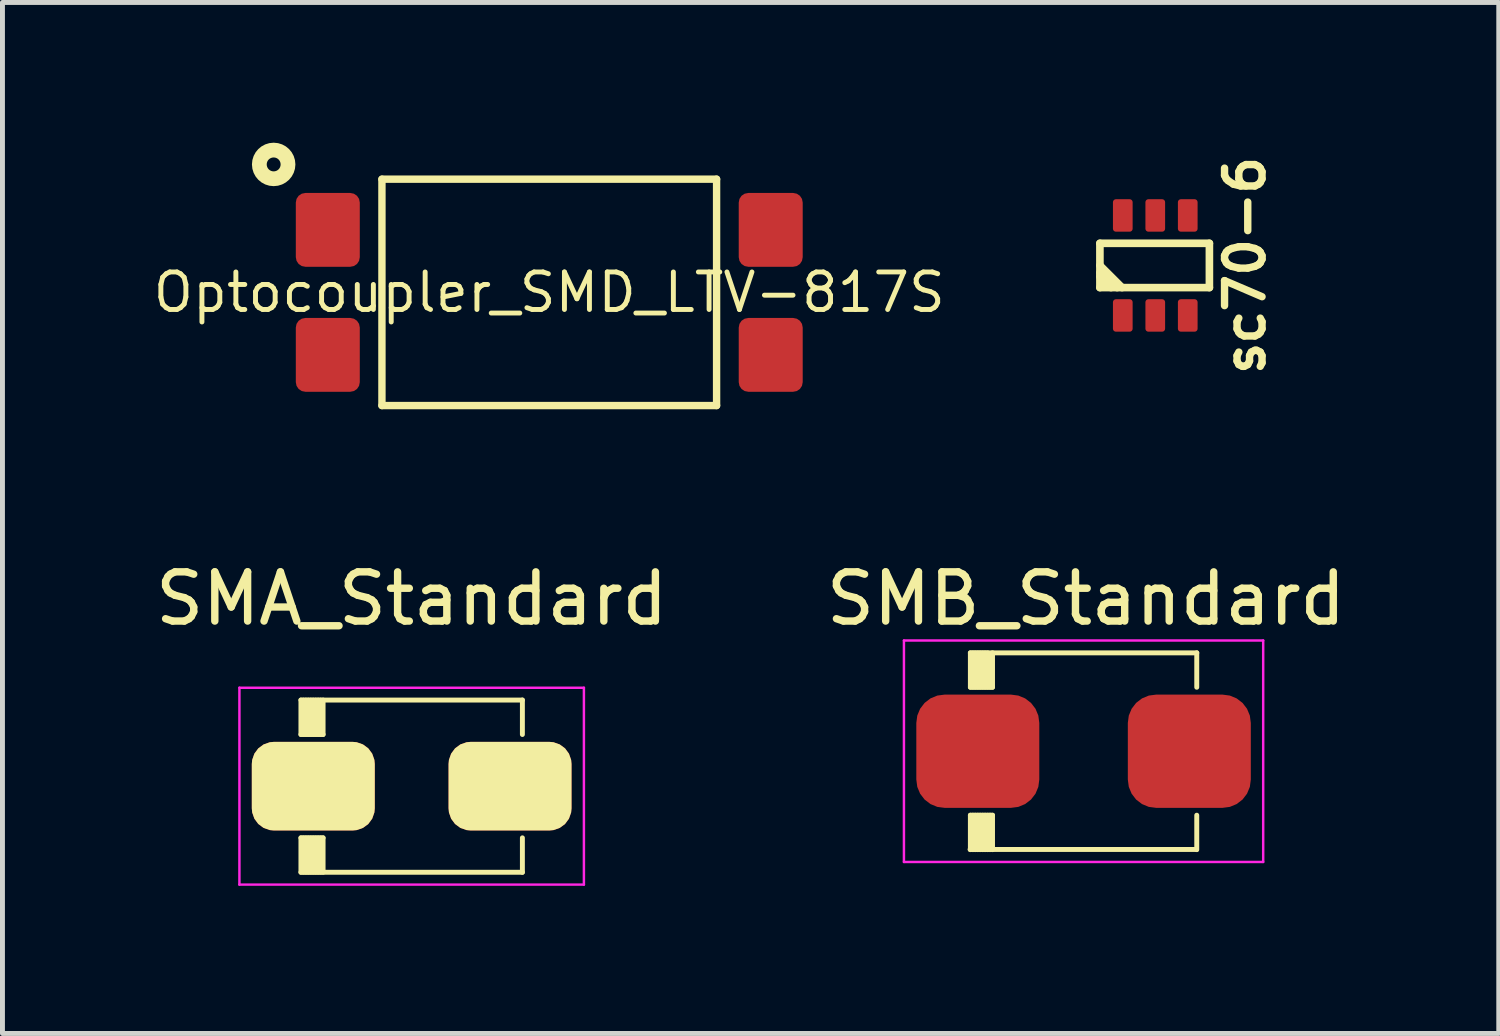
<source format=kicad_pcb>
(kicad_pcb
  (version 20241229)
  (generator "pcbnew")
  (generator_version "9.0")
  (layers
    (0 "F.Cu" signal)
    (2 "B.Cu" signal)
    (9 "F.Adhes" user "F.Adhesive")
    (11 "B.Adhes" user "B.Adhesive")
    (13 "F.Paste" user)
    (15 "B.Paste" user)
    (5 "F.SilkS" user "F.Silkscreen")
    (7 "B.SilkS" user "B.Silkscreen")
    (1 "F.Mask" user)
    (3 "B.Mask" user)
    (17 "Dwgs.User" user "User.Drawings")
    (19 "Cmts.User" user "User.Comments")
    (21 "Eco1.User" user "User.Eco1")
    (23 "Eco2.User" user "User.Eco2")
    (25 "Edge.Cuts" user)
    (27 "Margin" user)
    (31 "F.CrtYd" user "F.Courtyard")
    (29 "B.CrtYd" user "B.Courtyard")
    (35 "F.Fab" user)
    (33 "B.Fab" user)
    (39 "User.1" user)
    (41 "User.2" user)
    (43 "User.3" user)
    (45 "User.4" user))
  (footprint "Optocoupler_SMD_LTV-817S"
    (layer "F.Cu")
    (at 8.111 2.891)
    (property "Reference" "Optocoupler_SMD_LTV-817S" (at 0 0 0) (layer "F.SilkS") (effects (font (size 0.762 0.762) (thickness 0.1))))
    (attr smd)
    (fp_line (start -3.4 2.3) (end -3.4 -2.3) (stroke (width 0.15) (type solid)) (layer "F.SilkS"))
    (fp_line (start 3.4 -2.3) (end -3.4 -2.3) (stroke (width 0.15) (type solid)) (layer "F.SilkS"))
    (fp_line (start 3.4 -2.3) (end 3.4 2.3) (stroke (width 0.15) (type solid)) (layer "F.SilkS"))
    (fp_line (start 3.4 2.3) (end -3.4 2.3) (stroke (width 0.15) (type solid)) (layer "F.SilkS"))
    (fp_circle (center -5.6 -2.6) (end -5.5 -2.5) (stroke (width 0.3) (type solid)) (fill no) (layer "F.SilkS"))
    (pad "1" smd roundrect (at -4.5 -1.27) (size 1.3 1.5) (layers "F.Cu" "F.Mask" "F.Paste") (roundrect_rratio 0.15))
    (pad "2" smd roundrect (at -4.5 1.27) (size 1.3 1.5) (layers "F.Cu" "F.Mask" "F.Paste") (roundrect_rratio 0.15))
    (pad "3" smd roundrect (at 4.5 1.27) (size 1.3 1.5) (layers "F.Cu" "F.Mask" "F.Paste") (roundrect_rratio 0.15))
    (pad "4" smd roundrect (at 4.5 -1.27) (size 1.3 1.5) (layers "F.Cu" "F.Mask" "F.Paste") (roundrect_rratio 0.15)))
  (footprint "SMB_Standard"
    (layer "F.Cu")
    (at 18.968 12.215)
    (property "Reference" "SMB_Standard" (at 0.05 -3.1 0) (layer "F.SilkS") (effects (font (size 1 1) (thickness 0.15))))
    (attr smd)
    (fp_line (start -2.306 1.996) (end 2.296 1.996) (stroke (width 0.1) (type solid)) (layer "F.SilkS"))
    (fp_line (start -2.301 -1.999) (end 2.301 -1.999) (stroke (width 0.1) (type solid)) (layer "F.SilkS"))
    (fp_line (start -2.3 -2) (end -2.3 -1.3) (stroke (width 0.1) (type solid)) (layer "F.SilkS"))
    (fp_line (start -2.3 1.3) (end -1.85 1.3) (stroke (width 0.1) (type solid)) (layer "F.SilkS"))
    (fp_line (start -2.3 2) (end -2.3 1.3) (stroke (width 0.1) (type solid)) (layer "F.SilkS"))
    (fp_line (start -2.25 -2) (end -2.25 -1.3) (stroke (width 0.1) (type solid)) (layer "F.SilkS"))
    (fp_line (start -2.25 1.3) (end -2.25 2) (stroke (width 0.1) (type solid)) (layer "F.SilkS"))
    (fp_line (start -2.2 -2) (end -2.2 -1.3) (stroke (width 0.1) (type solid)) (layer "F.SilkS"))
    (fp_line (start -2.2 1.3) (end -2.2 2) (stroke (width 0.1) (type solid)) (layer "F.SilkS"))
    (fp_line (start -2.15 -2) (end -2.15 -1.3) (stroke (width 0.1) (type solid)) (layer "F.SilkS"))
    (fp_line (start -2.15 1.3) (end -2.15 2) (stroke (width 0.1) (type solid)) (layer "F.SilkS"))
    (fp_line (start -2.1 -2) (end -2.1 -1.3) (stroke (width 0.1) (type solid)) (layer "F.SilkS"))
    (fp_line (start -2.1 1.3) (end -2.1 2) (stroke (width 0.1) (type solid)) (layer "F.SilkS"))
    (fp_line (start -2.05 -2) (end -2.05 -1.3) (stroke (width 0.1) (type solid)) (layer "F.SilkS"))
    (fp_line (start -2.05 1.3) (end -2.05 2) (stroke (width 0.1) (type solid)) (layer "F.SilkS"))
    (fp_line (start -2 -2) (end -2 -1.3) (stroke (width 0.1) (type solid)) (layer "F.SilkS"))
    (fp_line (start -2 1.3) (end -2 2) (stroke (width 0.1) (type solid)) (layer "F.SilkS"))
    (fp_line (start -1.95 -2) (end -1.95 -1.3) (stroke (width 0.1) (type solid)) (layer "F.SilkS"))
    (fp_line (start -1.95 1.3) (end -1.95 2) (stroke (width 0.1) (type solid)) (layer "F.SilkS"))
    (fp_line (start -1.9 -1.95) (end -1.9 -1.3) (stroke (width 0.1) (type solid)) (layer "F.SilkS"))
    (fp_line (start -1.9 1.3) (end -1.9 2) (stroke (width 0.1) (type solid)) (layer "F.SilkS"))
    (fp_line (start -1.85 -2) (end -1.85 -1.3) (stroke (width 0.1) (type solid)) (layer "F.SilkS"))
    (fp_line (start -1.85 -1.3) (end -2.3 -1.3) (stroke (width 0.1) (type solid)) (layer "F.SilkS"))
    (fp_line (start -1.85 1.3) (end -1.85 2) (stroke (width 0.1) (type solid)) (layer "F.SilkS"))
    (fp_line (start 2.3 -2) (end 2.3 -1.3) (stroke (width 0.1) (type solid)) (layer "F.SilkS"))
    (fp_line (start 2.3 2) (end 2.3 1.3) (stroke (width 0.1) (type solid)) (layer "F.SilkS"))
    (fp_line (start -3.65 -2.25) (end 3.65 -2.25) (stroke (width 0.05) (type solid)) (layer "F.CrtYd"))
    (fp_line (start -3.65 2.25) (end -3.65 -2.25) (stroke (width 0.05) (type solid)) (layer "F.CrtYd"))
    (fp_line (start 3.65 -2.25) (end 3.65 2.25) (stroke (width 0.05) (type solid)) (layer "F.CrtYd"))
    (fp_line (start 3.65 2.25) (end -3.65 2.25) (stroke (width 0.05) (type solid)) (layer "F.CrtYd"))
    (pad "1" smd roundrect (at -2.149 0) (size 2.499 2.301) (layers "F.Cu" "F.Mask" "F.Paste") (roundrect_rratio 0.25))
    (pad "2" smd roundrect (at 2.149 0) (size 2.499 2.301) (layers "F.Cu" "F.Mask" "F.Paste") (roundrect_rratio 0.25)))
  (footprint "SMA_Standard"
    (layer "F.Cu")
    (at 5.315 12.925)
    (property "Reference" "SMA_Standard" (at 0 -3.81 0) (layer "F.SilkS") (effects (font (size 1 1) (thickness 0.15))))
    (attr smd)
    (fp_line (start -2.25 -1.75) (end 2.25 -1.75) (stroke (width 0.1) (type solid)) (layer "F.SilkS"))
    (fp_line (start -2.25 1.75) (end 2.25 1.75) (stroke (width 0.1) (type solid)) (layer "F.SilkS"))
    (fp_line (start -2.25 -1.75) (end -2.25 -1.05) (stroke (width 0.1) (type solid)) (layer "F.SilkS"))
    (fp_line (start -2.25 -1.05) (end -1.8 -1.05) (stroke (width 0.1) (type solid)) (layer "F.SilkS"))
    (fp_line (start -2.25 1.05) (end -1.8 1.05) (stroke (width 0.1) (type solid)) (layer "F.SilkS"))
    (fp_line (start -2.25 1.75) (end -2.25 1.05) (stroke (width 0.1) (type solid)) (layer "F.SilkS"))
    (fp_line (start -2.2 -1.75) (end -2.2 -1.05) (stroke (width 0.1) (type solid)) (layer "F.SilkS"))
    (fp_line (start -2.2 1.75) (end -2.2 1.05) (stroke (width 0.1) (type solid)) (layer "F.SilkS"))
    (fp_line (start -2.15 -1.75) (end -2.15 -1.05) (stroke (width 0.1) (type solid)) (layer "F.SilkS"))
    (fp_line (start -2.15 1.75) (end -2.15 1.05) (stroke (width 0.1) (type solid)) (layer "F.SilkS"))
    (fp_line (start -2.1 -1.75) (end -2.1 -1.05) (stroke (width 0.1) (type solid)) (layer "F.SilkS"))
    (fp_line (start -2.1 1.75) (end -2.1 1.05) (stroke (width 0.1) (type solid)) (layer "F.SilkS"))
    (fp_line (start -2.05 -1.75) (end -2.05 -1.05) (stroke (width 0.1) (type solid)) (layer "F.SilkS"))
    (fp_line (start -2.05 1.75) (end -2.05 1.05) (stroke (width 0.1) (type solid)) (layer "F.SilkS"))
    (fp_line (start -2 -1.75) (end -2 -1.05) (stroke (width 0.1) (type solid)) (layer "F.SilkS"))
    (fp_line (start -2 1.75) (end -2 1.05) (stroke (width 0.1) (type solid)) (layer "F.SilkS"))
    (fp_line (start -1.95 -1.75) (end -1.95 -1.05) (stroke (width 0.1) (type solid)) (layer "F.SilkS"))
    (fp_line (start -1.95 1.75) (end -1.95 1.05) (stroke (width 0.1) (type solid)) (layer "F.SilkS"))
    (fp_line (start -1.9 -1.75) (end -1.9 -1.05) (stroke (width 0.1) (type solid)) (layer "F.SilkS"))
    (fp_line (start -1.9 1.75) (end -1.9 1.05) (stroke (width 0.1) (type solid)) (layer "F.SilkS"))
    (fp_line (start -1.85 -1.75) (end -1.85 -1.05) (stroke (width 0.1) (type solid)) (layer "F.SilkS"))
    (fp_line (start -1.85 1.75) (end -1.85 1.05) (stroke (width 0.1) (type solid)) (layer "F.SilkS"))
    (fp_line (start -1.8 -1.05) (end -1.8 -1.75) (stroke (width 0.1) (type solid)) (layer "F.SilkS"))
    (fp_line (start -1.8 1.05) (end -1.8 1.75) (stroke (width 0.1) (type solid)) (layer "F.SilkS"))
    (fp_line (start 2.25 -1.75) (end 2.25 -1.05) (stroke (width 0.1) (type solid)) (layer "F.SilkS"))
    (fp_line (start 2.25 1.75) (end 2.25 1.05) (stroke (width 0.1) (type solid)) (layer "F.SilkS"))
    (fp_line (start -3.5 -2) (end 3.5 -2) (stroke (width 0.05) (type solid)) (layer "F.CrtYd"))
    (fp_line (start -3.5 2) (end -3.5 -2) (stroke (width 0.05) (type solid)) (layer "F.CrtYd"))
    (fp_line (start 3.5 -2) (end 3.5 2) (stroke (width 0.05) (type solid)) (layer "F.CrtYd"))
    (fp_line (start 3.5 2) (end -3.5 2) (stroke (width 0.05) (type solid)) (layer "F.CrtYd"))
    (pad "1" smd roundrect (at -1.999 0) (size 2.499 1.801) (layers "F.Cu" "F.Mask" "F.SilkS" "F.Paste") (roundrect_rratio 0.25))
    (pad "2" smd roundrect (at 1.999 0) (size 2.499 1.801) (layers "F.Cu" "F.Mask" "F.SilkS" "F.Paste") (roundrect_rratio 0.25)))
  (footprint "sc70-6"
    (layer "F.Cu")
    (at 20.425 2.344)
    (property "Reference" "sc70-6" (at 1.825 0 90) (layer "F.SilkS") (effects (font (size 0.762 0.762) (thickness 0.15))))
    (attr through_hole)
    (fp_line (start -1.125 -0.45) (end -1.125 0.45) (stroke (width 0.155) (type solid)) (layer "F.SilkS"))
    (fp_line (start -1.125 -0.45) (end 1.1 -0.45) (stroke (width 0.155) (type solid)) (layer "F.SilkS"))
    (fp_line (start -1.125 0) (end -0.675 0.45) (stroke (width 0.155) (type solid)) (layer "F.SilkS"))
    (fp_line (start -1.125 0.15) (end -0.775 0.45) (stroke (width 0.155) (type solid)) (layer "F.SilkS"))
    (fp_line (start -1.125 0.225) (end -0.9 0.45) (stroke (width 0.155) (type solid)) (layer "F.SilkS"))
    (fp_line (start 1.1 -0.45) (end 1.1 0.45) (stroke (width 0.155) (type solid)) (layer "F.SilkS"))
    (fp_line (start 1.1 0.45) (end -1.125 0.45) (stroke (width 0.155) (type solid)) (layer "F.SilkS"))
    (pad "1" smd roundrect (at -0.66 1.016) (size 0.4 0.66) (layers "F.Cu" "F.Mask" "F.Paste") (roundrect_rratio 0.15))
    (pad "2" smd roundrect (at 0 1.016) (size 0.4 0.66) (layers "F.Cu" "F.Mask" "F.Paste") (roundrect_rratio 0.15))
    (pad "3" smd roundrect (at 0.66 1.016) (size 0.4 0.66) (layers "F.Cu" "F.Mask" "F.Paste") (roundrect_rratio 0.15))
    (pad "4" smd roundrect (at 0.66 -1.016) (size 0.4 0.66) (layers "F.Cu" "F.Mask" "F.Paste") (roundrect_rratio 0.15))
    (pad "5" smd roundrect (at 0 -1.016) (size 0.4 0.66) (layers "F.Cu" "F.Mask" "F.Paste") (roundrect_rratio 0.15))
    (pad "6" smd roundrect (at -0.66 -1.016) (size 0.4 0.66) (layers "F.Cu" "F.Mask" "F.Paste") (roundrect_rratio 0.15)))
  (gr_rect
    (start -3 -3)
    (end 27.405 17.95)
    (stroke (width 0.1) (type default))
    (fill no)
    (layer "Edge.Cuts")))
</source>
